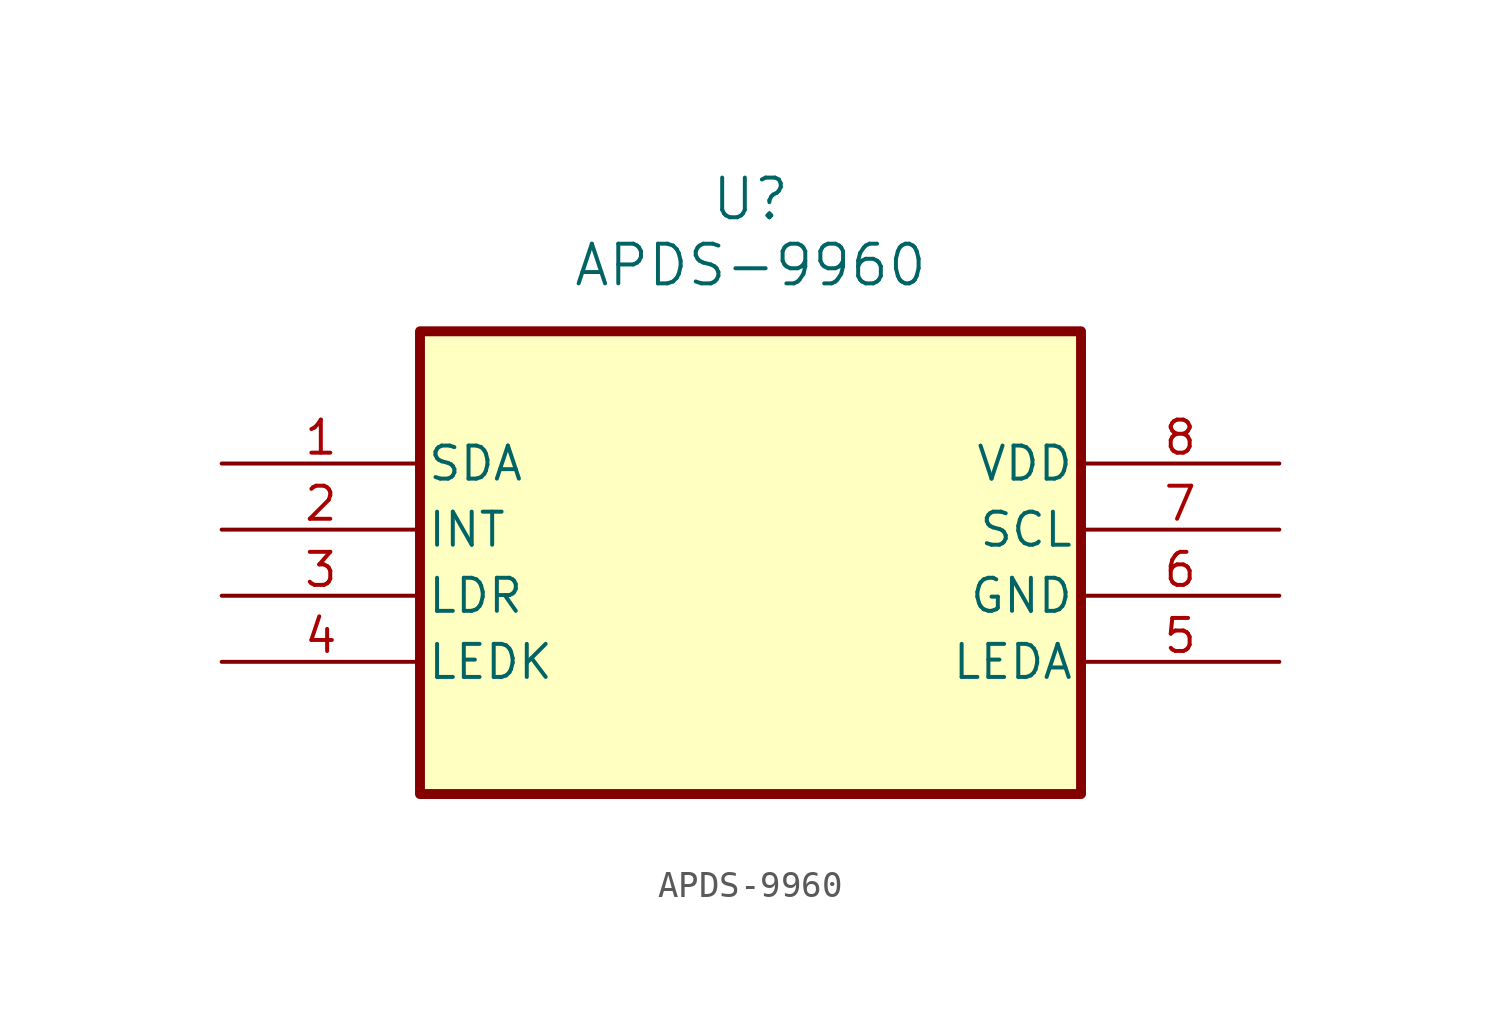
<source format=kicad_sym>
(kicad_symbol_lib
  (version 20231120)
  (generator "kicad_symbol_editor")
  (generator_version "8.0")
  (symbol "APDS-9960"
    (pin_names
      (offset 0.254))
    (property "Reference" "U"
      (at 20.32 10.16 0)
      (effects (font (size 1.524 1.524))))
    (property "Value" "APDS-9960"
      (at 20.32 7.62 0)
      (effects (font (size 1.524 1.524))))
    (symbol "APDS-9960_0_1"
      (pin bidirectional line (at 0 0 0) (length 7.62) (name "SDA" (effects (font (size 1.27 1.27)))) (number "1" (effects (font (size 1.27 1.27)))))
      (pin input line (at 0 -2.54 0) (length 7.62) (name "INT" (effects (font (size 1.27 1.27)))) (number "2" (effects (font (size 1.27 1.27)))))
      (pin unspecified line (at 0 -5.08 0) (length 7.62) (name "LDR" (effects (font (size 1.27 1.27)))) (number "3" (effects (font (size 1.27 1.27)))))
      (pin unspecified line (at 0 -7.62 0) (length 7.62) (name "LEDK" (effects (font (size 1.27 1.27)))) (number "4" (effects (font (size 1.27 1.27)))))
      (pin unspecified line (at 40.64 -7.62 180) (length 7.62) (name "LEDA" (effects (font (size 1.27 1.27)))) (number "5" (effects (font (size 1.27 1.27)))))
      (pin power_out line (at 40.64 -5.08 180) (length 7.62) (name "GND" (effects (font (size 1.27 1.27)))) (number "6" (effects (font (size 1.27 1.27)))))
      (pin input line (at 40.64 -2.54 180) (length 7.62) (name "SCL" (effects (font (size 1.27 1.27)))) (number "7" (effects (font (size 1.27 1.27)))))
      (pin power_in line (at 40.64 0 180) (length 7.62) (name "VDD" (effects (font (size 1.27 1.27)))) (number "8" (effects (font (size 1.27 1.27))))))
    (symbol "APDS-9960_1_1"
      (rectangle (start 7.62 5.08) (end 33.02 -12.7) (stroke (width 0.381) (type default)) (fill (type background)))
      (rectangle (start 33.02 -12.7) (end 33.02 -12.7) (stroke (width 0) (type default)) (fill (type none))))))
</source>
